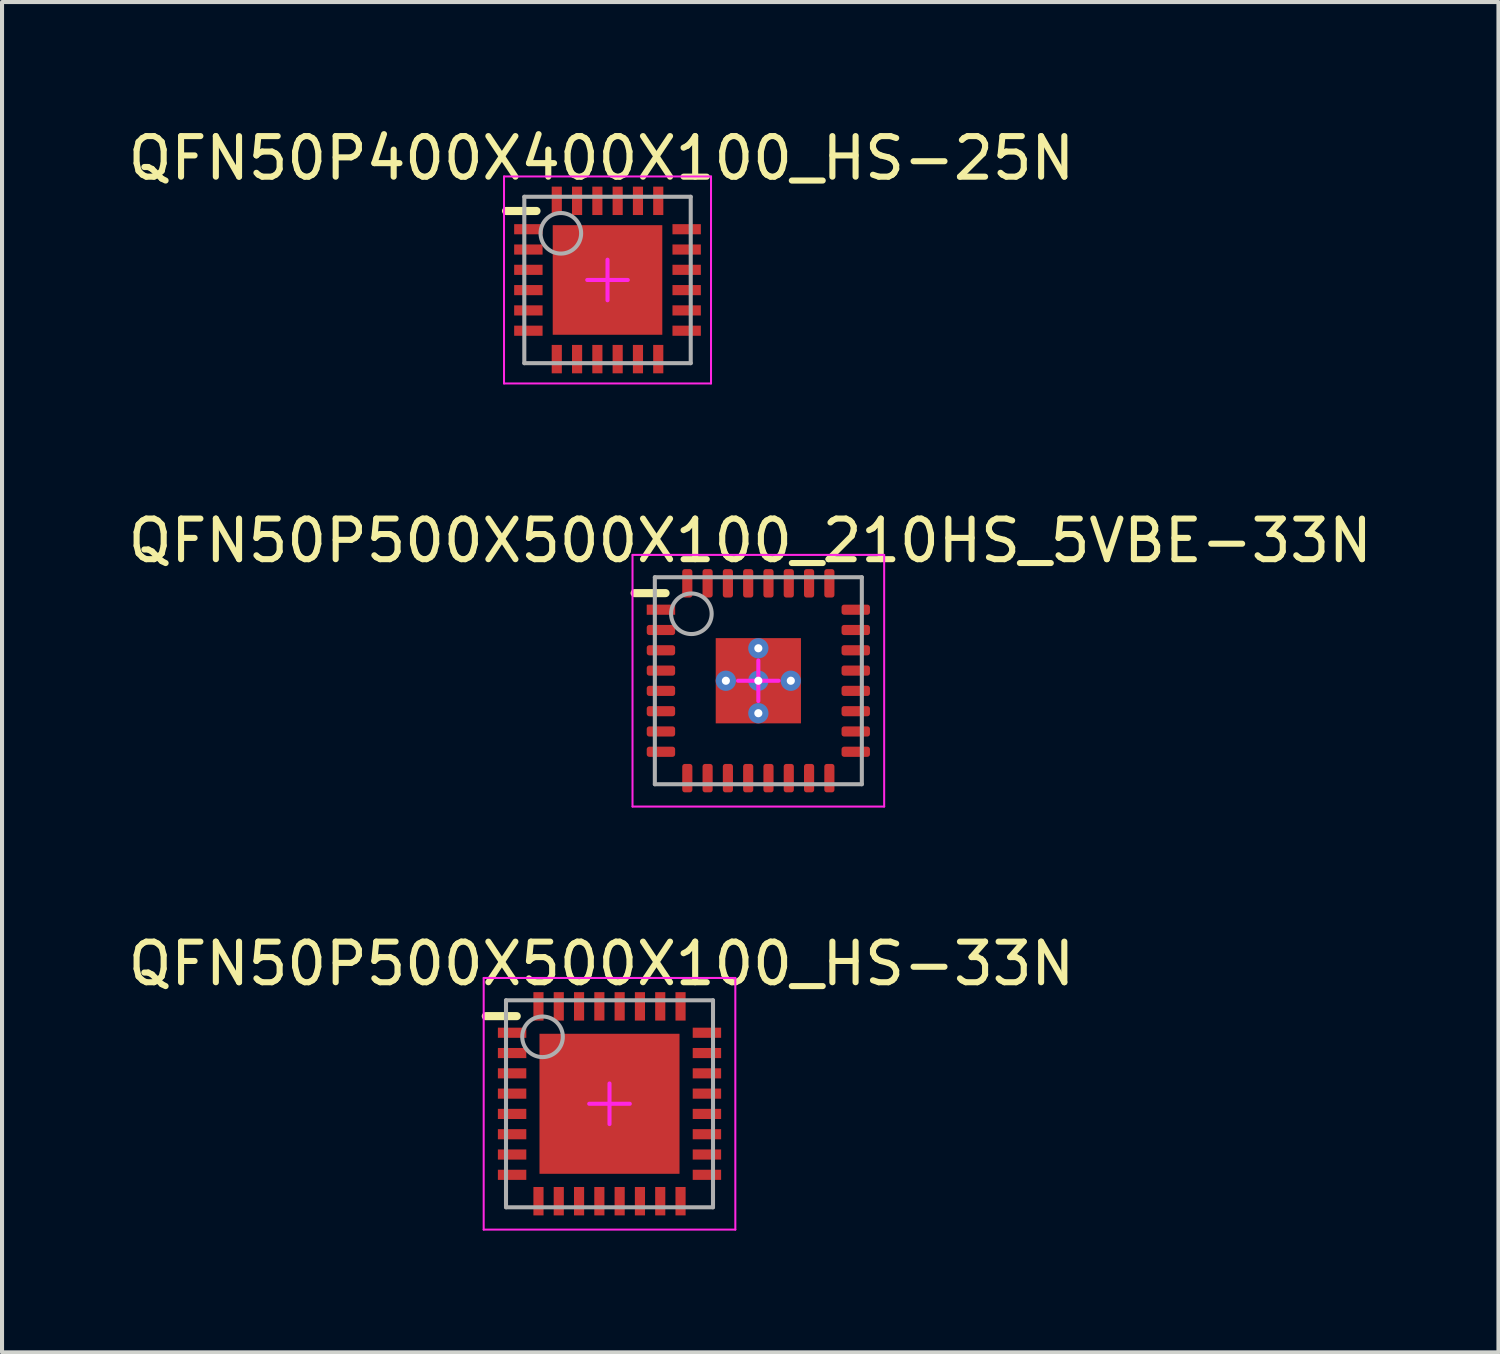
<source format=kicad_pcb>
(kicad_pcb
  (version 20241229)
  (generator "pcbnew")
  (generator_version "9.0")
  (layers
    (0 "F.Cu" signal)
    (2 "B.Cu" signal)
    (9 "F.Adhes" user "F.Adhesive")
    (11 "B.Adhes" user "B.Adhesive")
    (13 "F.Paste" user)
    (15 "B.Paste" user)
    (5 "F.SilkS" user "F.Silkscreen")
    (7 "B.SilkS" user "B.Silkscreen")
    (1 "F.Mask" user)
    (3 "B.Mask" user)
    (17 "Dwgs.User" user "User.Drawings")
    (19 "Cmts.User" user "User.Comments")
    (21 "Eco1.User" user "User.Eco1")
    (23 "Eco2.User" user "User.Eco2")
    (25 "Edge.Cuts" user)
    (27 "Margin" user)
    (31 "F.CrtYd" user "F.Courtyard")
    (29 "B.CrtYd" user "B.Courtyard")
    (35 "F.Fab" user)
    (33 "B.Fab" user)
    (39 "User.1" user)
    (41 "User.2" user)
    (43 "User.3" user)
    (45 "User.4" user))
  (footprint "QFN50P400X400X100_HS-25N"
    (layer "F.Cu")
    (at 11.918 3.848)
    (property "Reference" "QFN50P400X400X100_HS-25N" (at -0.15 -3 0) (layer "F.SilkS") (effects (font (size 1 1) (thickness 0.15))))
    (fp_line (start -2.5 -1.7) (end -1.75 -1.7) (stroke (width 0.2) (type solid)) (layer "F.SilkS"))
    (fp_rect (start -1.3 -0.1) (end -0.1 -1.3) (stroke (width 0) (type default)) (fill yes) (layer "F.Paste"))
    (fp_rect (start -1.3 1.3) (end -0.1 0.1) (stroke (width 0) (type default)) (fill yes) (layer "F.Paste"))
    (fp_rect (start 0.1 -0.1) (end 1.3 -1.3) (stroke (width 0) (type default)) (fill yes) (layer "F.Paste"))
    (fp_rect (start 0.1 1.3) (end 1.3 0.1) (stroke (width 0) (type default)) (fill yes) (layer "F.Paste"))
    (fp_line (start -2.55 -2.55) (end 2.55 -2.55) (stroke (width 0.05) (type solid)) (layer "F.CrtYd"))
    (fp_line (start -2.55 2.55) (end -2.55 -2.55) (stroke (width 0.05) (type solid)) (layer "F.CrtYd"))
    (fp_line (start -2.55 2.55) (end 2.55 2.55) (stroke (width 0.05) (type solid)) (layer "F.CrtYd"))
    (fp_line (start -0.5 0) (end 0.5 0) (stroke (width 0.1) (type solid)) (layer "F.CrtYd"))
    (fp_line (start 0 0.5) (end 0 -0.5) (stroke (width 0.1) (type solid)) (layer "F.CrtYd"))
    (fp_line (start 2.55 2.55) (end 2.55 -2.55) (stroke (width 0.05) (type solid)) (layer "F.CrtYd"))
    (fp_line (start -2.05 -2.05) (end 2.05 -2.05) (stroke (width 0.1) (type solid)) (layer "F.Fab"))
    (fp_line (start -2.05 2.05) (end -2.05 -2.05) (stroke (width 0.1) (type solid)) (layer "F.Fab"))
    (fp_line (start -2.05 2.05) (end 2.05 2.05) (stroke (width 0.1) (type solid)) (layer "F.Fab"))
    (fp_line (start 2.05 2.05) (end 2.05 -2.05) (stroke (width 0.1) (type solid)) (layer "F.Fab"))
    (fp_circle (center -1.15 -1.15) (end -1.15 -1.65) (stroke (width 0.1) (type solid)) (fill no) (layer "F.Fab"))
    (pad "1" smd rect (at -1.95 -1.25 90) (size 0.25 0.7) (layers "F.Cu" "F.Mask" "F.Paste"))
    (pad "2" smd rect (at -1.95 -0.75 90) (size 0.25 0.7) (layers "F.Cu" "F.Mask" "F.Paste"))
    (pad "3" smd rect (at -1.95 -0.25 90) (size 0.25 0.7) (layers "F.Cu" "F.Mask" "F.Paste"))
    (pad "4" smd rect (at -1.95 0.25 90) (size 0.25 0.7) (layers "F.Cu" "F.Mask" "F.Paste"))
    (pad "5" smd rect (at -1.95 0.75 90) (size 0.25 0.7) (layers "F.Cu" "F.Mask" "F.Paste"))
    (pad "6" smd rect (at -1.95 1.25 90) (size 0.25 0.7) (layers "F.Cu" "F.Mask" "F.Paste"))
    (pad "7" smd rect (at -1.25 1.95) (size 0.25 0.7) (layers "F.Cu" "F.Mask" "F.Paste"))
    (pad "8" smd rect (at -0.75 1.95) (size 0.25 0.7) (layers "F.Cu" "F.Mask" "F.Paste"))
    (pad "9" smd rect (at -0.25 1.95) (size 0.25 0.7) (layers "F.Cu" "F.Mask" "F.Paste"))
    (pad "10" smd rect (at 0.25 1.95) (size 0.25 0.7) (layers "F.Cu" "F.Mask" "F.Paste"))
    (pad "11" smd rect (at 0.75 1.95) (size 0.25 0.7) (layers "F.Cu" "F.Mask" "F.Paste"))
    (pad "12" smd rect (at 1.25 1.95) (size 0.25 0.7) (layers "F.Cu" "F.Mask" "F.Paste"))
    (pad "13" smd rect (at 1.95 1.25 90) (size 0.25 0.7) (layers "F.Cu" "F.Mask" "F.Paste"))
    (pad "14" smd rect (at 1.95 0.75 90) (size 0.25 0.7) (layers "F.Cu" "F.Mask" "F.Paste"))
    (pad "15" smd rect (at 1.95 0.25 90) (size 0.25 0.7) (layers "F.Cu" "F.Mask" "F.Paste"))
    (pad "16" smd rect (at 1.95 -0.25 90) (size 0.25 0.7) (layers "F.Cu" "F.Mask" "F.Paste"))
    (pad "17" smd rect (at 1.95 -0.75 90) (size 0.25 0.7) (layers "F.Cu" "F.Mask" "F.Paste"))
    (pad "18" smd rect (at 1.95 -1.25 90) (size 0.25 0.7) (layers "F.Cu" "F.Mask" "F.Paste"))
    (pad "19" smd rect (at 1.25 -1.95) (size 0.25 0.7) (layers "F.Cu" "F.Mask" "F.Paste"))
    (pad "20" smd rect (at 0.75 -1.95) (size 0.25 0.7) (layers "F.Cu" "F.Mask" "F.Paste"))
    (pad "21" smd rect (at 0.25 -1.95) (size 0.25 0.7) (layers "F.Cu" "F.Mask" "F.Paste"))
    (pad "22" smd rect (at -0.25 -1.95) (size 0.25 0.7) (layers "F.Cu" "F.Mask" "F.Paste"))
    (pad "23" smd rect (at -0.75 -1.95) (size 0.25 0.7) (layers "F.Cu" "F.Mask" "F.Paste"))
    (pad "24" smd rect (at -1.25 -1.95) (size 0.25 0.7) (layers "F.Cu" "F.Mask" "F.Paste"))
    (pad "25" smd rect (at 0 0) (size 2.7 2.7) (layers "F.Cu" "F.Mask" "F.Paste")))
  (footprint "QFN50P500X500X100_210HS_5VBE-33N"
    (layer "F.Cu")
    (at 15.634 13.722)
    (property "Reference" "QFN50P500X500X100_210HS_5VBE-33N" (at -0.199 -3.45 0) (layer "F.SilkS") (effects (font (size 1 1) (thickness 0.15))))
    (fp_line (start -3.048 -2.159) (end -2.286 -2.159) (stroke (width 0.2) (type solid)) (layer "F.SilkS"))
    (fp_rect (start -1.04 -0.1) (end -0.1 -1.04) (stroke (width 0) (type default)) (fill yes) (layer "F.Paste"))
    (fp_rect (start -0.1 1.04) (end -1.04 0.1) (stroke (width 0) (type default)) (fill yes) (layer "F.Paste"))
    (fp_rect (start 0.1 -1.04) (end 1.04 -0.1) (stroke (width 0) (type default)) (fill yes) (layer "F.Paste"))
    (fp_rect (start 1.04 0.1) (end 0.1 1.04) (stroke (width 0) (type default)) (fill yes) (layer "F.Paste"))
    (fp_line (start -3.1 -3.1) (end 3.1 -3.1) (stroke (width 0.05) (type solid)) (layer "F.CrtYd"))
    (fp_line (start -3.1 3.1) (end -3.1 -3.1) (stroke (width 0.05) (type solid)) (layer "F.CrtYd"))
    (fp_line (start -3.1 3.1) (end 3.1 3.1) (stroke (width 0.05) (type solid)) (layer "F.CrtYd"))
    (fp_line (start -0.5 0) (end 0.5 0) (stroke (width 0.1) (type solid)) (layer "F.CrtYd"))
    (fp_line (start 0 0.5) (end 0 -0.5) (stroke (width 0.1) (type solid)) (layer "F.CrtYd"))
    (fp_line (start 3.1 3.1) (end 3.1 -3.1) (stroke (width 0.05) (type solid)) (layer "F.CrtYd"))
    (fp_line (start -2.55 -2.55) (end 2.55 -2.55) (stroke (width 0.1) (type solid)) (layer "F.Fab"))
    (fp_line (start -2.55 2.55) (end -2.55 -2.55) (stroke (width 0.1) (type solid)) (layer "F.Fab"))
    (fp_line (start -2.55 2.55) (end 2.55 2.55) (stroke (width 0.1) (type solid)) (layer "F.Fab"))
    (fp_line (start 2.55 2.55) (end 2.55 -2.55) (stroke (width 0.1) (type solid)) (layer "F.Fab"))
    (fp_circle (center -1.65 -1.65) (end -1.65 -2.15) (stroke (width 0.1) (type solid)) (fill no) (layer "F.Fab"))
    (pad "1" smd rect (at -2.4 -1.75 90) (size 0.25 0.7) (layers "F.Cu" "F.Mask" "F.Paste"))
    (pad "2" smd roundrect (at -2.4 -1.25 90) (size 0.25 0.7) (layers "F.Cu" "F.Mask" "F.Paste") (roundrect_rratio 0.25))
    (pad "3" smd roundrect (at -2.4 -0.75 90) (size 0.25 0.7) (layers "F.Cu" "F.Mask" "F.Paste") (roundrect_rratio 0.25))
    (pad "4" smd roundrect (at -2.4 -0.25 90) (size 0.25 0.7) (layers "F.Cu" "F.Mask" "F.Paste") (roundrect_rratio 0.25))
    (pad "5" smd roundrect (at -2.4 0.25 90) (size 0.25 0.7) (layers "F.Cu" "F.Mask" "F.Paste") (roundrect_rratio 0.25))
    (pad "6" smd roundrect (at -2.4 0.75 90) (size 0.25 0.7) (layers "F.Cu" "F.Mask" "F.Paste") (roundrect_rratio 0.25))
    (pad "7" smd roundrect (at -2.4 1.25 90) (size 0.25 0.7) (layers "F.Cu" "F.Mask" "F.Paste") (roundrect_rratio 0.25))
    (pad "8" smd roundrect (at -2.4 1.75 90) (size 0.25 0.7) (layers "F.Cu" "F.Mask" "F.Paste") (roundrect_rratio 0.25))
    (pad "9" smd roundrect (at -1.75 2.4) (size 0.25 0.7) (layers "F.Cu" "F.Mask" "F.Paste") (roundrect_rratio 0.25))
    (pad "10" smd roundrect (at -1.25 2.4) (size 0.25 0.7) (layers "F.Cu" "F.Mask" "F.Paste") (roundrect_rratio 0.25))
    (pad "11" smd roundrect (at -0.75 2.4) (size 0.25 0.7) (layers "F.Cu" "F.Mask" "F.Paste") (roundrect_rratio 0.25))
    (pad "12" smd roundrect (at -0.25 2.4) (size 0.25 0.7) (layers "F.Cu" "F.Mask" "F.Paste") (roundrect_rratio 0.25))
    (pad "13" smd roundrect (at 0.25 2.4) (size 0.25 0.7) (layers "F.Cu" "F.Mask" "F.Paste") (roundrect_rratio 0.25))
    (pad "14" smd roundrect (at 0.75 2.4) (size 0.25 0.7) (layers "F.Cu" "F.Mask" "F.Paste") (roundrect_rratio 0.25))
    (pad "15" smd roundrect (at 1.25 2.4) (size 0.25 0.7) (layers "F.Cu" "F.Mask" "F.Paste") (roundrect_rratio 0.25))
    (pad "16" smd roundrect (at 1.75 2.4) (size 0.25 0.7) (layers "F.Cu" "F.Mask" "F.Paste") (roundrect_rratio 0.25))
    (pad "17" smd roundrect (at 2.4 1.75 90) (size 0.25 0.7) (layers "F.Cu" "F.Mask" "F.Paste") (roundrect_rratio 0.25))
    (pad "18" smd roundrect (at 2.4 1.25 90) (size 0.25 0.7) (layers "F.Cu" "F.Mask" "F.Paste") (roundrect_rratio 0.25))
    (pad "19" smd roundrect (at 2.4 0.75 90) (size 0.25 0.7) (layers "F.Cu" "F.Mask" "F.Paste") (roundrect_rratio 0.25))
    (pad "20" smd roundrect (at 2.4 0.25 90) (size 0.25 0.7) (layers "F.Cu" "F.Mask" "F.Paste") (roundrect_rratio 0.25))
    (pad "21" smd roundrect (at 2.4 -0.25 90) (size 0.25 0.7) (layers "F.Cu" "F.Mask" "F.Paste") (roundrect_rratio 0.25))
    (pad "22" smd roundrect (at 2.4 -0.75 90) (size 0.25 0.7) (layers "F.Cu" "F.Mask" "F.Paste") (roundrect_rratio 0.25))
    (pad "23" smd roundrect (at 2.4 -1.25 90) (size 0.25 0.7) (layers "F.Cu" "F.Mask" "F.Paste") (roundrect_rratio 0.25))
    (pad "24" smd roundrect (at 2.4 -1.75 90) (size 0.25 0.7) (layers "F.Cu" "F.Mask" "F.Paste") (roundrect_rratio 0.25))
    (pad "25" smd roundrect (at 1.75 -2.4) (size 0.25 0.7) (layers "F.Cu" "F.Mask" "F.Paste") (roundrect_rratio 0.25))
    (pad "26" smd roundrect (at 1.25 -2.4) (size 0.25 0.7) (layers "F.Cu" "F.Mask" "F.Paste") (roundrect_rratio 0.25))
    (pad "27" smd roundrect (at 0.75 -2.4) (size 0.25 0.7) (layers "F.Cu" "F.Mask" "F.Paste") (roundrect_rratio 0.25))
    (pad "28" smd roundrect (at 0.25 -2.4) (size 0.25 0.7) (layers "F.Cu" "F.Mask" "F.Paste") (roundrect_rratio 0.25))
    (pad "29" smd roundrect (at -0.25 -2.4) (size 0.25 0.7) (layers "F.Cu" "F.Mask" "F.Paste") (roundrect_rratio 0.25))
    (pad "30" smd roundrect (at -0.75 -2.4) (size 0.25 0.7) (layers "F.Cu" "F.Mask" "F.Paste") (roundrect_rratio 0.25))
    (pad "31" smd roundrect (at -1.25 -2.4) (size 0.25 0.7) (layers "F.Cu" "F.Mask" "F.Paste") (roundrect_rratio 0.25))
    (pad "32" smd roundrect (at -1.75 -2.4) (size 0.25 0.7) (layers "F.Cu" "F.Mask" "F.Paste") (roundrect_rratio 0.25))
    (pad "33" thru_hole circle (at -0.8 0) (size 0.5 0.5) (drill 0.2) (layers "*.Cu" "*.Mask"))
    (pad "33" thru_hole circle (at 0 -0.8) (size 0.5 0.5) (drill 0.2) (layers "*.Cu" "*.Mask"))
    (pad "33" thru_hole circle (at 0 0) (size 0.5 0.5) (drill 0.2) (layers "*.Cu" "*.Mask"))
    (pad "33" smd rect (at 0 0) (size 2.1 2.1) (layers "F.Cu" "F.Mask" "F.Paste"))
    (pad "33" thru_hole circle (at 0 0.8) (size 0.5 0.5) (drill 0.2) (layers "*.Cu" "*.Mask"))
    (pad "33" thru_hole circle (at 0.8 0) (size 0.5 0.5) (drill 0.2) (layers "*.Cu" "*.Mask")))
  (footprint "QFN50P500X500X100_HS-33N"
    (layer "F.Cu")
    (at 11.967 24.145)
    (property "Reference" "QFN50P500X500X100_HS-33N" (at -0.199 -3.45 0) (layer "F.SilkS") (effects (font (size 1 1) (thickness 0.15))))
    (fp_line (start -3.048 -2.159) (end -2.286 -2.159) (stroke (width 0.2) (type solid)) (layer "F.SilkS"))
    (fp_rect (start -1.65 -0.65) (end -0.65 -1.65) (stroke (width 0) (type default)) (fill yes) (layer "F.Paste"))
    (fp_rect (start -1.65 0.5) (end -0.65 -0.5) (stroke (width 0) (type default)) (fill yes) (layer "F.Paste"))
    (fp_rect (start -1.65 1.65) (end -0.65 0.65) (stroke (width 0) (type default)) (fill yes) (layer "F.Paste"))
    (fp_rect (start -0.5 -0.65) (end 0.5 -1.65) (stroke (width 0) (type default)) (fill yes) (layer "F.Paste"))
    (fp_rect (start -0.5 0.5) (end 0.5 -0.5) (stroke (width 0) (type default)) (fill yes) (layer "F.Paste"))
    (fp_rect (start -0.5 1.65) (end 0.5 0.65) (stroke (width 0) (type default)) (fill yes) (layer "F.Paste"))
    (fp_rect (start 0.65 -0.65) (end 1.65 -1.65) (stroke (width 0) (type default)) (fill yes) (layer "F.Paste"))
    (fp_rect (start 0.65 0.5) (end 1.65 -0.5) (stroke (width 0) (type default)) (fill yes) (layer "F.Paste"))
    (fp_rect (start 0.65 1.65) (end 1.65 0.65) (stroke (width 0) (type default)) (fill yes) (layer "F.Paste"))
    (fp_line (start -3.1 -3.1) (end 3.1 -3.1) (stroke (width 0.05) (type solid)) (layer "F.CrtYd"))
    (fp_line (start -3.1 3.1) (end -3.1 -3.1) (stroke (width 0.05) (type solid)) (layer "F.CrtYd"))
    (fp_line (start -3.1 3.1) (end 3.1 3.1) (stroke (width 0.05) (type solid)) (layer "F.CrtYd"))
    (fp_line (start -0.5 0) (end 0.5 0) (stroke (width 0.1) (type solid)) (layer "F.CrtYd"))
    (fp_line (start 0 0.5) (end 0 -0.5) (stroke (width 0.1) (type solid)) (layer "F.CrtYd"))
    (fp_line (start 3.1 3.1) (end 3.1 -3.1) (stroke (width 0.05) (type solid)) (layer "F.CrtYd"))
    (fp_line (start -2.55 -2.55) (end 2.55 -2.55) (stroke (width 0.1) (type solid)) (layer "F.Fab"))
    (fp_line (start -2.55 2.55) (end -2.55 -2.55) (stroke (width 0.1) (type solid)) (layer "F.Fab"))
    (fp_line (start -2.55 2.55) (end 2.55 2.55) (stroke (width 0.1) (type solid)) (layer "F.Fab"))
    (fp_line (start 2.55 2.55) (end 2.55 -2.55) (stroke (width 0.1) (type solid)) (layer "F.Fab"))
    (fp_circle (center -1.65 -1.65) (end -1.65 -2.15) (stroke (width 0.1) (type solid)) (fill no) (layer "F.Fab"))
    (pad "1" smd rect (at -2.4 -1.75 90) (size 0.25 0.7) (layers "F.Cu" "F.Mask" "F.Paste"))
    (pad "2" smd rect (at -2.4 -1.25 90) (size 0.25 0.7) (layers "F.Cu" "F.Mask" "F.Paste"))
    (pad "3" smd rect (at -2.4 -0.75 90) (size 0.25 0.7) (layers "F.Cu" "F.Mask" "F.Paste"))
    (pad "4" smd rect (at -2.4 -0.25 90) (size 0.25 0.7) (layers "F.Cu" "F.Mask" "F.Paste"))
    (pad "5" smd rect (at -2.4 0.25 90) (size 0.25 0.7) (layers "F.Cu" "F.Mask" "F.Paste"))
    (pad "6" smd rect (at -2.4 0.75 90) (size 0.25 0.7) (layers "F.Cu" "F.Mask" "F.Paste"))
    (pad "7" smd rect (at -2.4 1.25 90) (size 0.25 0.7) (layers "F.Cu" "F.Mask" "F.Paste"))
    (pad "8" smd rect (at -2.4 1.75 90) (size 0.25 0.7) (layers "F.Cu" "F.Mask" "F.Paste"))
    (pad "9" smd rect (at -1.75 2.4) (size 0.25 0.7) (layers "F.Cu" "F.Mask" "F.Paste"))
    (pad "10" smd rect (at -1.25 2.4) (size 0.25 0.7) (layers "F.Cu" "F.Mask" "F.Paste"))
    (pad "11" smd rect (at -0.75 2.4) (size 0.25 0.7) (layers "F.Cu" "F.Mask" "F.Paste"))
    (pad "12" smd rect (at -0.25 2.4) (size 0.25 0.7) (layers "F.Cu" "F.Mask" "F.Paste"))
    (pad "13" smd rect (at 0.25 2.4) (size 0.25 0.7) (layers "F.Cu" "F.Mask" "F.Paste"))
    (pad "14" smd rect (at 0.75 2.4) (size 0.25 0.7) (layers "F.Cu" "F.Mask" "F.Paste"))
    (pad "15" smd rect (at 1.25 2.4) (size 0.25 0.7) (layers "F.Cu" "F.Mask" "F.Paste"))
    (pad "16" smd rect (at 1.75 2.4) (size 0.25 0.7) (layers "F.Cu" "F.Mask" "F.Paste"))
    (pad "17" smd rect (at 2.4 1.75 90) (size 0.25 0.7) (layers "F.Cu" "F.Mask" "F.Paste"))
    (pad "18" smd rect (at 2.4 1.25 90) (size 0.25 0.7) (layers "F.Cu" "F.Mask" "F.Paste"))
    (pad "19" smd rect (at 2.4 0.75 90) (size 0.25 0.7) (layers "F.Cu" "F.Mask" "F.Paste"))
    (pad "20" smd rect (at 2.4 0.25 90) (size 0.25 0.7) (layers "F.Cu" "F.Mask" "F.Paste"))
    (pad "21" smd rect (at 2.4 -0.25 90) (size 0.25 0.7) (layers "F.Cu" "F.Mask" "F.Paste"))
    (pad "22" smd rect (at 2.4 -0.75 90) (size 0.25 0.7) (layers "F.Cu" "F.Mask" "F.Paste"))
    (pad "23" smd rect (at 2.4 -1.25 90) (size 0.25 0.7) (layers "F.Cu" "F.Mask" "F.Paste"))
    (pad "24" smd rect (at 2.4 -1.75 90) (size 0.25 0.7) (layers "F.Cu" "F.Mask" "F.Paste"))
    (pad "25" smd rect (at 1.75 -2.4) (size 0.25 0.7) (layers "F.Cu" "F.Mask" "F.Paste"))
    (pad "26" smd rect (at 1.25 -2.4) (size 0.25 0.7) (layers "F.Cu" "F.Mask" "F.Paste"))
    (pad "27" smd rect (at 0.75 -2.4) (size 0.25 0.7) (layers "F.Cu" "F.Mask" "F.Paste"))
    (pad "28" smd rect (at 0.25 -2.4) (size 0.25 0.7) (layers "F.Cu" "F.Mask" "F.Paste"))
    (pad "29" smd rect (at -0.25 -2.4) (size 0.25 0.7) (layers "F.Cu" "F.Mask" "F.Paste"))
    (pad "30" smd rect (at -0.75 -2.4) (size 0.25 0.7) (layers "F.Cu" "F.Mask" "F.Paste"))
    (pad "31" smd rect (at -1.25 -2.4) (size 0.25 0.7) (layers "F.Cu" "F.Mask" "F.Paste"))
    (pad "32" smd rect (at -1.75 -2.4) (size 0.25 0.7) (layers "F.Cu" "F.Mask" "F.Paste"))
    (pad "33" smd rect (at 0 0) (size 3.45 3.45) (layers "F.Cu" "F.Mask" "F.Paste")))
  (gr_rect
    (start -3 -3)
    (end 33.869 30.27)
    (stroke (width 0.1) (type default))
    (fill no)
    (layer "Edge.Cuts")))
</source>
